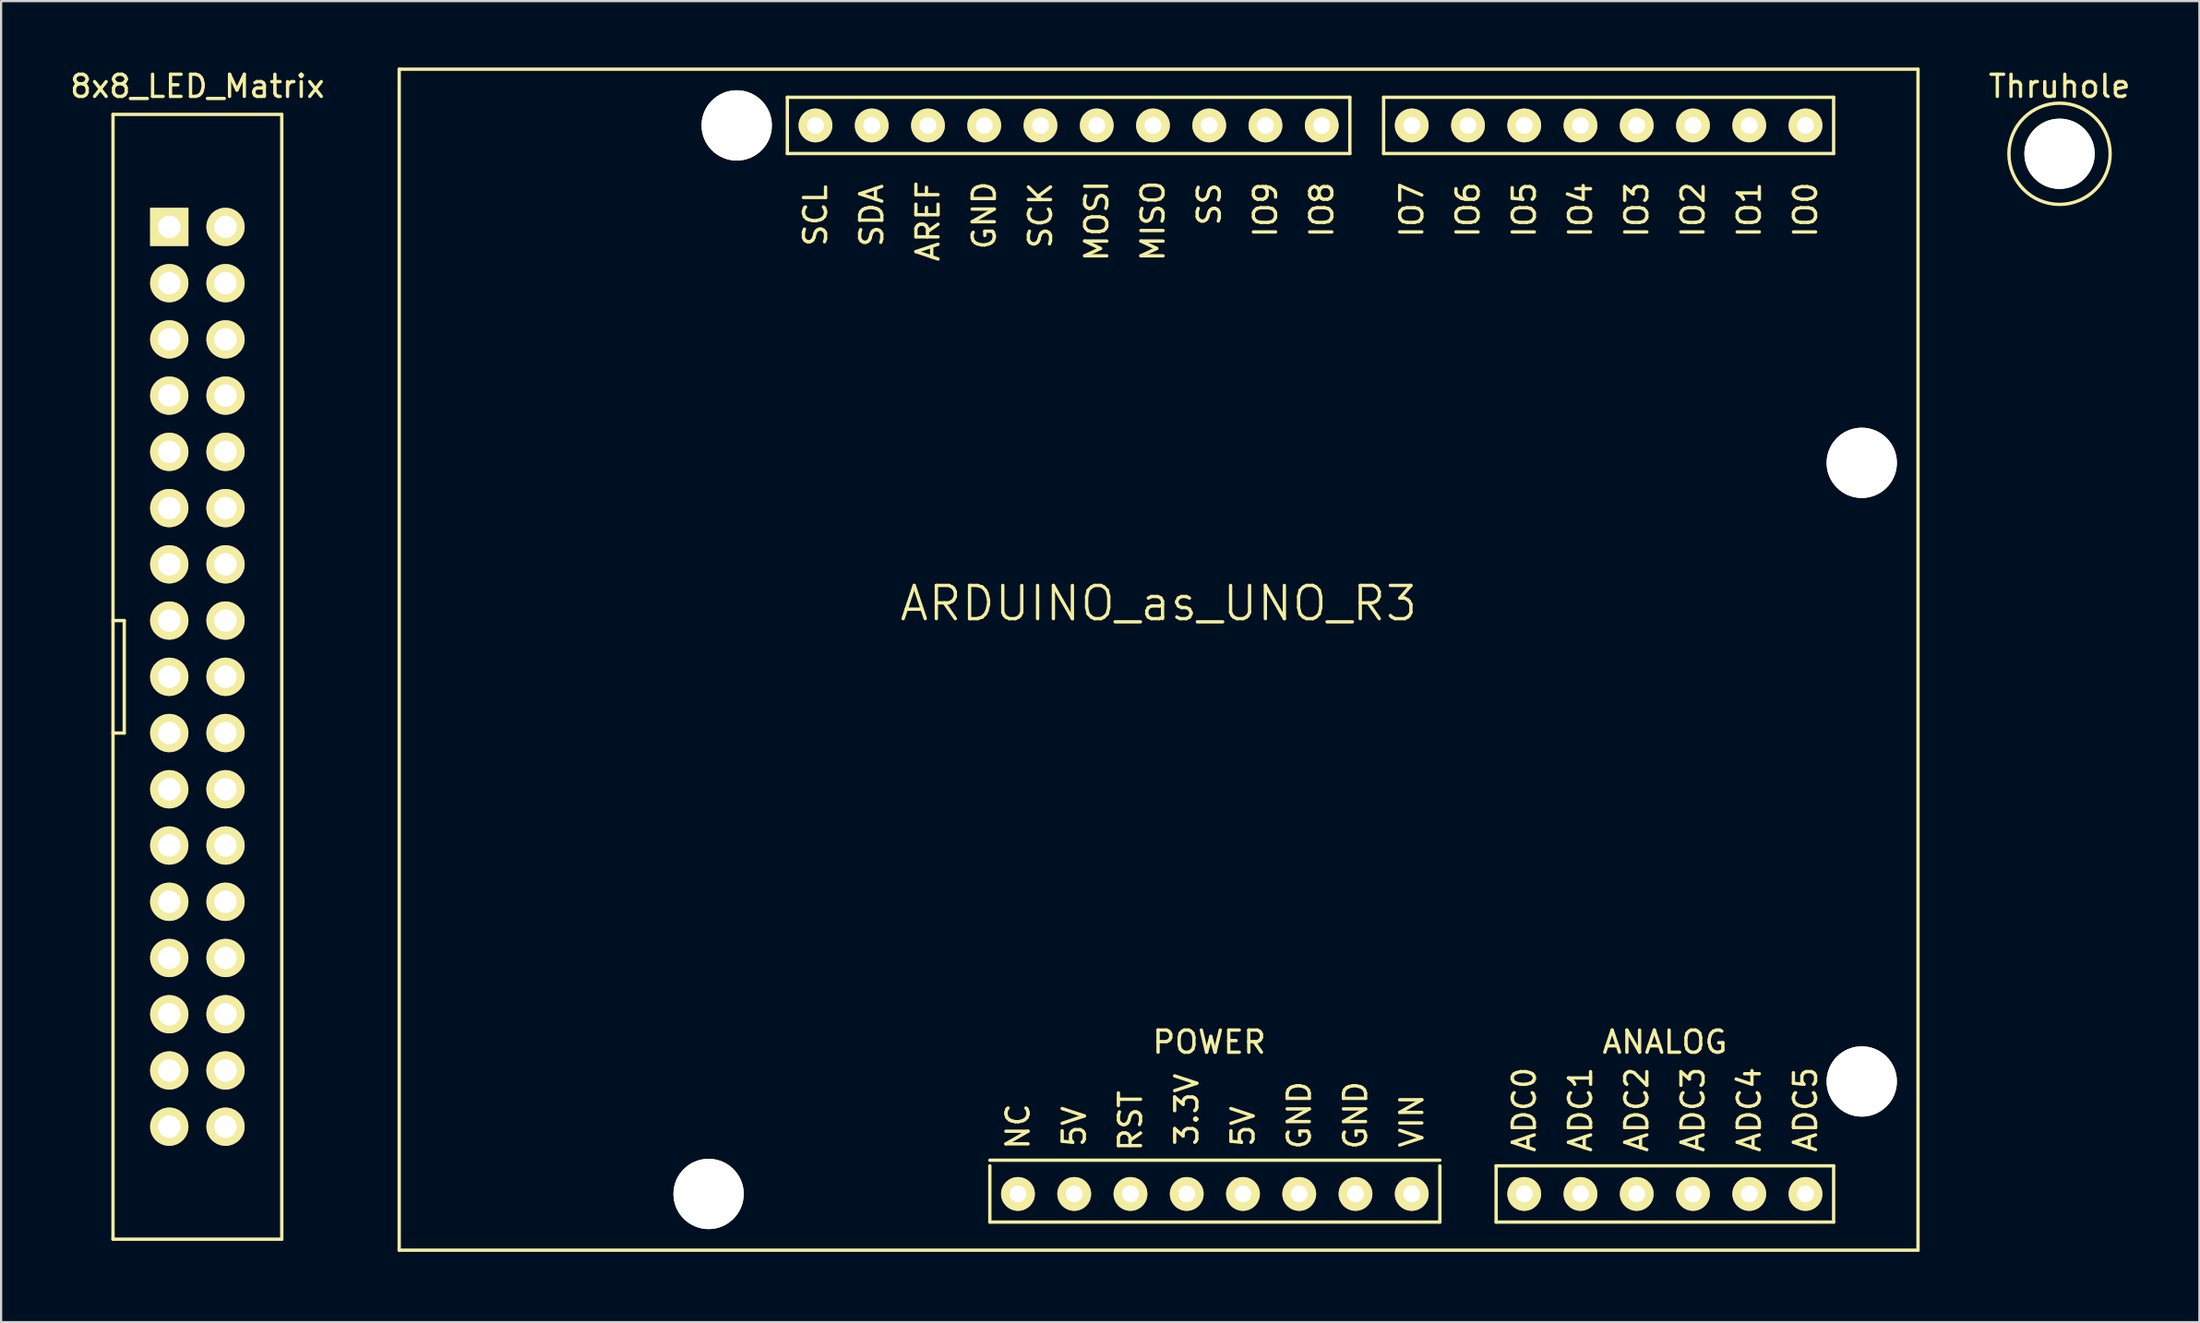
<source format=kicad_pcb>
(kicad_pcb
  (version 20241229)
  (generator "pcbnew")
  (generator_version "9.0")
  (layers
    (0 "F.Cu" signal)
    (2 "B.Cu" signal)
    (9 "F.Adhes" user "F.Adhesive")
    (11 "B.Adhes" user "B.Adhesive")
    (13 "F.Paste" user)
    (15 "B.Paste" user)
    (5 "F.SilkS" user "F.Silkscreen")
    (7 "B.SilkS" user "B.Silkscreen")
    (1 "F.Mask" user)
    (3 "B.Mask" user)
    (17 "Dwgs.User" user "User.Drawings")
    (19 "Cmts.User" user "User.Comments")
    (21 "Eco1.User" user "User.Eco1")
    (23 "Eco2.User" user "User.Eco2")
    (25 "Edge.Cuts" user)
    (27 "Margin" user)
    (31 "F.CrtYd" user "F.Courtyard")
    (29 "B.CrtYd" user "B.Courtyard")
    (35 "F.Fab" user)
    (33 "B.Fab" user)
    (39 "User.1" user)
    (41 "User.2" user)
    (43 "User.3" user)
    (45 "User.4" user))
  (footprint "ARDUINO_as_UNO_R3"
    (layer "F.Cu")
    (at 14.976 53.415)
    (property "Reference" "ARDUINO_as_UNO_R3" (at 34.29 -29.21 0) (layer "F.SilkS") (effects (font (size 1.5 1.5) (thickness 0.15))))
    (attr through_hole)
    (fp_line (start 0 -53.34) (end 68.58 -53.34) (stroke (width 0.15) (type solid)) (layer "F.SilkS"))
    (fp_line (start 0 0) (end 0 -53.34) (stroke (width 0.15) (type solid)) (layer "F.SilkS"))
    (fp_line (start 13.208 -2.54) (end 14.732 -2.54) (stroke (width 0.01) (type solid)) (layer "F.SilkS"))
    (fp_line (start 13.97 -3.302) (end 13.97 -1.778) (stroke (width 0.01) (type solid)) (layer "F.SilkS"))
    (fp_line (start 14.732 -50.8) (end 15.748 -50.8) (stroke (width 0.01) (type solid)) (layer "F.SilkS"))
    (fp_line (start 15.24 -51.308) (end 15.24 -50.292) (stroke (width 0.01) (type solid)) (layer "F.SilkS"))
    (fp_line (start 17.526 -52.07) (end 42.926 -52.07) (stroke (width 0.15) (type solid)) (layer "F.SilkS"))
    (fp_line (start 17.526 -49.53) (end 17.526 -52.07) (stroke (width 0.15) (type solid)) (layer "F.SilkS"))
    (fp_line (start 26.67 -4.064) (end 46.99 -4.064) (stroke (width 0.15) (type solid)) (layer "F.SilkS"))
    (fp_line (start 26.67 -1.27) (end 26.67 -3.81) (stroke (width 0.15) (type solid)) (layer "F.SilkS"))
    (fp_line (start 42.926 -52.07) (end 42.926 -49.53) (stroke (width 0.15) (type solid)) (layer "F.SilkS"))
    (fp_line (start 42.926 -49.53) (end 17.526 -49.53) (stroke (width 0.15) (type solid)) (layer "F.SilkS"))
    (fp_line (start 44.45 -52.07) (end 64.77 -52.07) (stroke (width 0.15) (type solid)) (layer "F.SilkS"))
    (fp_line (start 44.45 -49.53) (end 44.45 -52.07) (stroke (width 0.15) (type solid)) (layer "F.SilkS"))
    (fp_line (start 46.99 -3.81) (end 46.99 -1.27) (stroke (width 0.15) (type solid)) (layer "F.SilkS"))
    (fp_line (start 46.99 -1.27) (end 26.67 -1.27) (stroke (width 0.15) (type solid)) (layer "F.SilkS"))
    (fp_line (start 49.53 -3.81) (end 64.77 -3.81) (stroke (width 0.15) (type solid)) (layer "F.SilkS"))
    (fp_line (start 49.53 -1.27) (end 49.53 -3.81) (stroke (width 0.15) (type solid)) (layer "F.SilkS"))
    (fp_line (start 64.77 -52.07) (end 64.77 -49.53) (stroke (width 0.15) (type solid)) (layer "F.SilkS"))
    (fp_line (start 64.77 -49.53) (end 44.45 -49.53) (stroke (width 0.15) (type solid)) (layer "F.SilkS"))
    (fp_line (start 64.77 -3.81) (end 64.77 -1.27) (stroke (width 0.15) (type solid)) (layer "F.SilkS"))
    (fp_line (start 64.77 -1.27) (end 49.53 -1.27) (stroke (width 0.15) (type solid)) (layer "F.SilkS"))
    (fp_line (start 65.532 -7.62) (end 66.548 -7.62) (stroke (width 0.01) (type solid)) (layer "F.SilkS"))
    (fp_line (start 66.04 -36.068) (end 66.04 -35.052) (stroke (width 0.01) (type solid)) (layer "F.SilkS"))
    (fp_line (start 66.04 -8.128) (end 66.04 -7.112) (stroke (width 0.01) (type solid)) (layer "F.SilkS"))
    (fp_line (start 66.548 -35.56) (end 65.532 -35.56) (stroke (width 0.01) (type solid)) (layer "F.SilkS"))
    (fp_line (start 68.58 -53.34) (end 68.58 0) (stroke (width 0.15) (type solid)) (layer "F.SilkS"))
    (fp_line (start 68.58 0) (end 0 0) (stroke (width 0.15) (type solid)) (layer "F.SilkS"))
    (fp_circle (center 66.04 -35.56) (end 67.564 -35.56) (stroke (width 0.01) (type solid)) (fill no) (layer "F.SilkS"))
    (fp_circle (center 66.04 -7.62) (end 67.564 -7.62) (stroke (width 0.01) (type solid)) (fill no) (layer "F.SilkS"))
    (fp_text user "5V" (at 38.1 -5.588 90) (layer "F.SilkS") (effects (font (size 1 1) (thickness 0.15))))
    (fp_text user "RST" (at 33.02 -5.842 90) (layer "F.SilkS") (effects (font (size 1 1) (thickness 0.15))))
    (fp_text user "ANALOG" (at 57.15 -9.398 0) (layer "F.SilkS") (effects (font (size 1 1) (thickness 0.15))))
    (fp_text user "POWER" (at 36.576 -9.398 0) (layer "F.SilkS") (effects (font (size 1 1) (thickness 0.15))))
    (fp_text user "3.3V" (at 35.56 -6.35 90) (layer "F.SilkS") (effects (font (size 1 1) (thickness 0.15))))
    (fp_text user "IO2" (at 58.42 -46.99 90) (layer "F.SilkS") (effects (font (size 1 1) (thickness 0.15))))
    (fp_text user "SCL" (at 18.796 -46.736 90) (layer "F.SilkS") (effects (font (size 1 1) (thickness 0.15))))
    (fp_text user "IO6" (at 48.26 -46.99 90) (layer "F.SilkS") (effects (font (size 1 1) (thickness 0.15))))
    (fp_text user "GND" (at 40.64 -6.096 90) (layer "F.SilkS") (effects (font (size 1 1) (thickness 0.15))))
    (fp_text user "IO1" (at 60.96 -46.99 90) (layer "F.SilkS") (effects (font (size 1 1) (thickness 0.15))))
    (fp_text user "NC" (at 27.94 -5.588 90) (layer "F.SilkS") (effects (font (size 1 1) (thickness 0.15))))
    (fp_text user "SS" (at 36.576 -47.244 90) (layer "F.SilkS") (effects (font (size 1 1) (thickness 0.15))))
    (fp_text user "SCK" (at 28.956 -46.736 90) (layer "F.SilkS") (effects (font (size 1 1) (thickness 0.15))))
    (fp_text user "IO4" (at 53.34 -46.99 90) (layer "F.SilkS") (effects (font (size 1 1) (thickness 0.15))))
    (fp_text user "ADC1" (at 53.34 -6.35 90) (layer "F.SilkS") (effects (font (size 1 1) (thickness 0.15))))
    (fp_text user "IO0" (at 63.5 -46.99 90) (layer "F.SilkS") (effects (font (size 1 1) (thickness 0.15))))
    (fp_text user "ADC0" (at 50.8 -6.35 90) (layer "F.SilkS") (effects (font (size 1 1) (thickness 0.15))))
    (fp_text user "ADC3" (at 58.42 -6.35 90) (layer "F.SilkS") (effects (font (size 1 1) (thickness 0.15))))
    (fp_text user "IO3" (at 55.88 -46.99 90) (layer "F.SilkS") (effects (font (size 1 1) (thickness 0.15))))
    (fp_text user "IO8" (at 41.656 -46.99 90) (layer "F.SilkS") (effects (font (size 1 1) (thickness 0.15))))
    (fp_text user "VIN" (at 45.72 -5.842 90) (layer "F.SilkS") (effects (font (size 1 1) (thickness 0.15))))
    (fp_text user "IO9" (at 39.116 -46.99 90) (layer "F.SilkS") (effects (font (size 1 1) (thickness 0.15))))
    (fp_text user "AREF" (at 23.876 -46.482 90) (layer "F.SilkS") (effects (font (size 1 1) (thickness 0.15))))
    (fp_text user "GND" (at 43.18 -6.096 90) (layer "F.SilkS") (effects (font (size 1 1) (thickness 0.15))))
    (fp_text user "SDA" (at 21.336 -46.736 90) (layer "F.SilkS") (effects (font (size 1 1) (thickness 0.15))))
    (fp_text user "ADC2" (at 55.88 -6.35 90) (layer "F.SilkS") (effects (font (size 1 1) (thickness 0.15))))
    (fp_text user "IO7" (at 45.72 -46.99 90) (layer "F.SilkS") (effects (font (size 1 1) (thickness 0.15))))
    (fp_text user "IO5" (at 50.8 -46.99 90) (layer "F.SilkS") (effects (font (size 1 1) (thickness 0.15))))
    (fp_text user "MISO" (at 34.036 -46.482 90) (layer "F.SilkS") (effects (font (size 1 1) (thickness 0.15))))
    (fp_text user "5V" (at 30.48 -5.588 90) (layer "F.SilkS") (effects (font (size 1 1) (thickness 0.15))))
    (fp_text user "ADC5" (at 63.5 -6.35 90) (layer "F.SilkS") (effects (font (size 1 1) (thickness 0.15))))
    (fp_text user "ADC4" (at 60.96 -6.35 90) (layer "F.SilkS") (effects (font (size 1 1) (thickness 0.15))))
    (fp_text user "MOSI" (at 31.496 -46.482 90) (layer "F.SilkS") (effects (font (size 1 1) (thickness 0.15))))
    (fp_text user "GND" (at 26.416 -46.736 90) (layer "F.SilkS") (effects (font (size 1 1) (thickness 0.15))))
    (pad "" np_thru_hole circle (at 13.97 -2.54) (size 3.175 3.175) (drill 3.175) (layers "*.Cu" "*.Mask" "F.SilkS"))
    (pad "" np_thru_hole circle (at 15.24 -50.8) (size 3.175 3.175) (drill 3.175) (layers "*.Cu" "*.Mask" "F.SilkS"))
    (pad "" np_thru_hole circle (at 66.04 -35.56) (size 3.175 3.175) (drill 3.175) (layers "*.Cu" "*.Mask" "F.SilkS"))
    (pad "" np_thru_hole circle (at 66.04 -7.62) (size 3.175 3.175) (drill 3.175) (layers "*.Cu" "*.Mask" "F.SilkS"))
    (pad "0" thru_hole circle (at 63.5 -50.8) (size 1.524 1.524) (drill 0.762) (layers "*.Cu" "*.Mask" "F.SilkS"))
    (pad "1" thru_hole circle (at 60.96 -50.8) (size 1.524 1.524) (drill 0.762) (layers "*.Cu" "*.Mask" "F.SilkS"))
    (pad "2" thru_hole circle (at 58.42 -50.8) (size 1.524 1.524) (drill 0.762) (layers "*.Cu" "*.Mask" "F.SilkS"))
    (pad "3" thru_hole circle (at 55.88 -50.8) (size 1.524 1.524) (drill 0.762) (layers "*.Cu" "*.Mask" "F.SilkS"))
    (pad "3V3" thru_hole circle (at 35.56 -2.54) (size 1.524 1.524) (drill 0.762) (layers "*.Cu" "*.Mask" "F.SilkS"))
    (pad "4" thru_hole circle (at 53.34 -50.8) (size 1.524 1.524) (drill 0.762) (layers "*.Cu" "*.Mask" "F.SilkS"))
    (pad "5" thru_hole circle (at 50.8 -50.8) (size 1.524 1.524) (drill 0.762) (layers "*.Cu" "*.Mask" "F.SilkS"))
    (pad "5V" thru_hole circle (at 38.1 -2.54) (size 1.524 1.524) (drill 0.762) (layers "*.Cu" "*.Mask" "F.SilkS"))
    (pad "6" thru_hole circle (at 48.26 -50.8) (size 1.524 1.524) (drill 0.762) (layers "*.Cu" "*.Mask" "F.SilkS"))
    (pad "7" thru_hole circle (at 45.72 -50.8) (size 1.524 1.524) (drill 0.762) (layers "*.Cu" "*.Mask" "F.SilkS"))
    (pad "8" thru_hole circle (at 41.656 -50.8) (size 1.524 1.524) (drill 0.762) (layers "*.Cu" "*.Mask" "F.SilkS"))
    (pad "9" thru_hole circle (at 39.116 -50.8) (size 1.524 1.524) (drill 0.762) (layers "*.Cu" "*.Mask" "F.SilkS"))
    (pad "10" thru_hole circle (at 36.576 -50.8) (size 1.524 1.524) (drill 0.762) (layers "*.Cu" "*.Mask" "F.SilkS"))
    (pad "11" thru_hole circle (at 34.036 -50.8) (size 1.524 1.524) (drill 0.762) (layers "*.Cu" "*.Mask" "F.SilkS"))
    (pad "12" thru_hole circle (at 31.496 -50.8) (size 1.524 1.524) (drill 0.762) (layers "*.Cu" "*.Mask" "F.SilkS"))
    (pad "13" thru_hole circle (at 28.956 -50.8) (size 1.524 1.524) (drill 0.762) (layers "*.Cu" "*.Mask" "F.SilkS"))
    (pad "A0" thru_hole circle (at 50.8 -2.54) (size 1.524 1.524) (drill 0.762) (layers "*.Cu" "*.Mask" "F.SilkS"))
    (pad "A1" thru_hole circle (at 53.34 -2.54) (size 1.524 1.524) (drill 0.762) (layers "*.Cu" "*.Mask" "F.SilkS"))
    (pad "A2" thru_hole circle (at 55.88 -2.54) (size 1.524 1.524) (drill 0.762) (layers "*.Cu" "*.Mask" "F.SilkS"))
    (pad "A3" thru_hole circle (at 58.42 -2.54) (size 1.524 1.524) (drill 0.762) (layers "*.Cu" "*.Mask" "F.SilkS"))
    (pad "A4/1" thru_hole circle (at 60.96 -2.54) (size 1.524 1.524) (drill 0.762) (layers "*.Cu" "*.Mask" "F.SilkS"))
    (pad "A4/2" thru_hole circle (at 21.336 -50.8) (size 1.524 1.524) (drill 0.762) (layers "*.Cu" "*.Mask" "F.SilkS"))
    (pad "A5/1" thru_hole circle (at 63.5 -2.54) (size 1.524 1.524) (drill 0.762) (layers "*.Cu" "*.Mask" "F.SilkS"))
    (pad "A5/2" thru_hole circle (at 18.796 -50.8) (size 1.524 1.524) (drill 0.762) (layers "*.Cu" "*.Mask" "F.SilkS"))
    (pad "AREF" thru_hole circle (at 23.876 -50.8) (size 1.524 1.524) (drill 0.762) (layers "*.Cu" "*.Mask" "F.SilkS"))
    (pad "GND1" thru_hole circle (at 40.64 -2.54) (size 1.524 1.524) (drill 0.762) (layers "*.Cu" "*.Mask" "F.SilkS"))
    (pad "GND2" thru_hole circle (at 43.18 -2.54) (size 1.524 1.524) (drill 0.762) (layers "*.Cu" "*.Mask" "F.SilkS"))
    (pad "GND3" thru_hole circle (at 26.416 -50.8) (size 1.524 1.524) (drill 0.762) (layers "*.Cu" "*.Mask" "F.SilkS"))
    (pad "IREF" thru_hole circle (at 30.48 -2.54) (size 1.524 1.524) (drill 0.762) (layers "*.Cu" "*.Mask" "F.SilkS"))
    (pad "NC" thru_hole circle (at 27.94 -2.54) (size 1.524 1.524) (drill 0.762) (layers "*.Cu" "*.Mask" "F.SilkS"))
    (pad "RST" thru_hole circle (at 33.02 -2.54) (size 1.524 1.524) (drill 0.762) (layers "*.Cu" "*.Mask" "F.SilkS"))
    (pad "VIN" thru_hole circle (at 45.72 -2.54) (size 1.524 1.524) (drill 0.762) (layers "*.Cu" "*.Mask" "F.SilkS")))
  (footprint "Thruhole"
    (layer "F.Cu")
    (at 89.947 3.896)
    (property "Reference" "Thruhole" (at 0 -3.048 0) (layer "F.SilkS") (effects (font (size 1 1) (thickness 0.15))))
    (attr through_hole)
    (fp_circle (center 0 0) (end 0 -2.286) (stroke (width 0.15) (type solid)) (fill no) (layer "F.SilkS"))
    (pad "" np_thru_hole circle (at 0 0) (size 3.175 3.175) (drill 3.175) (layers "*.Cu" "*.Mask" "F.SilkS")))
  (footprint "8x8_LED_Matrix"
    (layer "F.Cu")
    (at 4.593 7.198)
    (property "Reference" "8x8_LED_Matrix" (at 1.27 -6.35 0) (layer "F.SilkS") (effects (font (size 1 1) (thickness 0.15))))
    (attr through_hole)
    (fp_line (start -2.54 -5.08) (end -2.54 45.72) (stroke (width 0.15) (type solid)) (layer "F.SilkS"))
    (fp_line (start -2.54 17.78) (end -2.032 17.78) (stroke (width 0.15) (type solid)) (layer "F.SilkS"))
    (fp_line (start -2.54 45.72) (end 5.08 45.72) (stroke (width 0.15) (type solid)) (layer "F.SilkS"))
    (fp_line (start -2.032 17.78) (end -2.032 22.86) (stroke (width 0.15) (type solid)) (layer "F.SilkS"))
    (fp_line (start -2.032 22.86) (end -2.54 22.86) (stroke (width 0.15) (type solid)) (layer "F.SilkS"))
    (fp_line (start 5.08 -5.08) (end -2.54 -5.08) (stroke (width 0.15) (type solid)) (layer "F.SilkS"))
    (fp_line (start 5.08 -5.08) (end 5.08 45.72) (stroke (width 0.15) (type solid)) (layer "F.SilkS"))
    (pad "1" thru_hole rect (at 0 0) (size 1.727 1.727) (drill 1.016) (layers "*.Cu" "*.Mask" "F.SilkS"))
    (pad "2" thru_hole oval (at 0 2.54) (size 1.727 1.727) (drill 1.016) (layers "*.Cu" "*.Mask" "F.SilkS"))
    (pad "3" thru_hole oval (at 0 5.08) (size 1.727 1.727) (drill 1.016) (layers "*.Cu" "*.Mask" "F.SilkS"))
    (pad "4" thru_hole oval (at 0 7.62) (size 1.727 1.727) (drill 1.016) (layers "*.Cu" "*.Mask" "F.SilkS"))
    (pad "5" thru_hole oval (at 0 10.16) (size 1.727 1.727) (drill 1.016) (layers "*.Cu" "*.Mask" "F.SilkS"))
    (pad "6" thru_hole oval (at 0 12.7) (size 1.727 1.727) (drill 1.016) (layers "*.Cu" "*.Mask" "F.SilkS"))
    (pad "7" thru_hole oval (at 0 15.24) (size 1.727 1.727) (drill 1.016) (layers "*.Cu" "*.Mask" "F.SilkS"))
    (pad "8" thru_hole oval (at 0 17.78) (size 1.727 1.727) (drill 1.016) (layers "*.Cu" "*.Mask" "F.SilkS"))
    (pad "9" thru_hole oval (at 0 20.32) (size 1.727 1.727) (drill 1.016) (layers "*.Cu" "*.Mask" "F.SilkS"))
    (pad "10" thru_hole oval (at 0 22.86) (size 1.727 1.727) (drill 1.016) (layers "*.Cu" "*.Mask" "F.SilkS"))
    (pad "11" thru_hole oval (at 0 25.4) (size 1.727 1.727) (drill 1.016) (layers "*.Cu" "*.Mask" "F.SilkS"))
    (pad "12" thru_hole oval (at 0 27.94) (size 1.727 1.727) (drill 1.016) (layers "*.Cu" "*.Mask" "F.SilkS"))
    (pad "13" thru_hole oval (at 0 30.48) (size 1.727 1.727) (drill 1.016) (layers "*.Cu" "*.Mask" "F.SilkS"))
    (pad "14" thru_hole oval (at 0 33.02) (size 1.727 1.727) (drill 1.016) (layers "*.Cu" "*.Mask" "F.SilkS"))
    (pad "15" thru_hole oval (at 0 35.56) (size 1.727 1.727) (drill 1.016) (layers "*.Cu" "*.Mask" "F.SilkS"))
    (pad "16" thru_hole oval (at 0 38.1) (size 1.727 1.727) (drill 1.016) (layers "*.Cu" "*.Mask" "F.SilkS"))
    (pad "17" thru_hole oval (at 2.54 38.1) (size 1.727 1.727) (drill 1.016) (layers "*.Cu" "*.Mask" "F.SilkS"))
    (pad "18" thru_hole oval (at 2.54 35.56) (size 1.727 1.727) (drill 1.016) (layers "*.Cu" "*.Mask" "F.SilkS"))
    (pad "19" thru_hole oval (at 2.54 33.02) (size 1.727 1.727) (drill 1.016) (layers "*.Cu" "*.Mask" "F.SilkS"))
    (pad "20" thru_hole oval (at 2.54 30.48) (size 1.727 1.727) (drill 1.016) (layers "*.Cu" "*.Mask" "F.SilkS"))
    (pad "21" thru_hole oval (at 2.54 27.94) (size 1.727 1.727) (drill 1.016) (layers "*.Cu" "*.Mask" "F.SilkS"))
    (pad "22" thru_hole oval (at 2.54 25.4) (size 1.727 1.727) (drill 1.016) (layers "*.Cu" "*.Mask" "F.SilkS"))
    (pad "23" thru_hole oval (at 2.54 22.86) (size 1.727 1.727) (drill 1.016) (layers "*.Cu" "*.Mask" "F.SilkS"))
    (pad "24" thru_hole oval (at 2.54 20.32) (size 1.727 1.727) (drill 1.016) (layers "*.Cu" "*.Mask" "F.SilkS"))
    (pad "25" thru_hole oval (at 2.54 17.78) (size 1.727 1.727) (drill 1.016) (layers "*.Cu" "*.Mask" "F.SilkS"))
    (pad "26" thru_hole oval (at 2.54 15.24) (size 1.727 1.727) (drill 1.016) (layers "*.Cu" "*.Mask" "F.SilkS"))
    (pad "27" thru_hole oval (at 2.54 12.7) (size 1.727 1.727) (drill 1.016) (layers "*.Cu" "*.Mask" "F.SilkS"))
    (pad "28" thru_hole oval (at 2.54 10.16) (size 1.727 1.727) (drill 1.016) (layers "*.Cu" "*.Mask" "F.SilkS"))
    (pad "29" thru_hole oval (at 2.54 7.62) (size 1.727 1.727) (drill 1.016) (layers "*.Cu" "*.Mask" "F.SilkS"))
    (pad "30" thru_hole oval (at 2.54 5.08) (size 1.727 1.727) (drill 1.016) (layers "*.Cu" "*.Mask" "F.SilkS"))
    (pad "31" thru_hole oval (at 2.54 2.54) (size 1.727 1.727) (drill 1.016) (layers "*.Cu" "*.Mask" "F.SilkS"))
    (pad "32" thru_hole oval (at 2.54 0) (size 1.727 1.727) (drill 1.016) (layers "*.Cu" "*.Mask" "F.SilkS"))
    (pad "NC" thru_hole oval (at 0 40.64) (size 1.727 1.727) (drill 1.016) (layers "*.Cu" "*.Mask" "F.SilkS"))
    (pad "NC" thru_hole oval (at 2.54 40.64) (size 1.727 1.727) (drill 1.016) (layers "*.Cu" "*.Mask" "F.SilkS")))
  (gr_rect
    (start -3 -3)
    (end 96.262 56.665)
    (stroke (width 0.1) (type default))
    (fill no)
    (layer "Edge.Cuts")))
</source>
